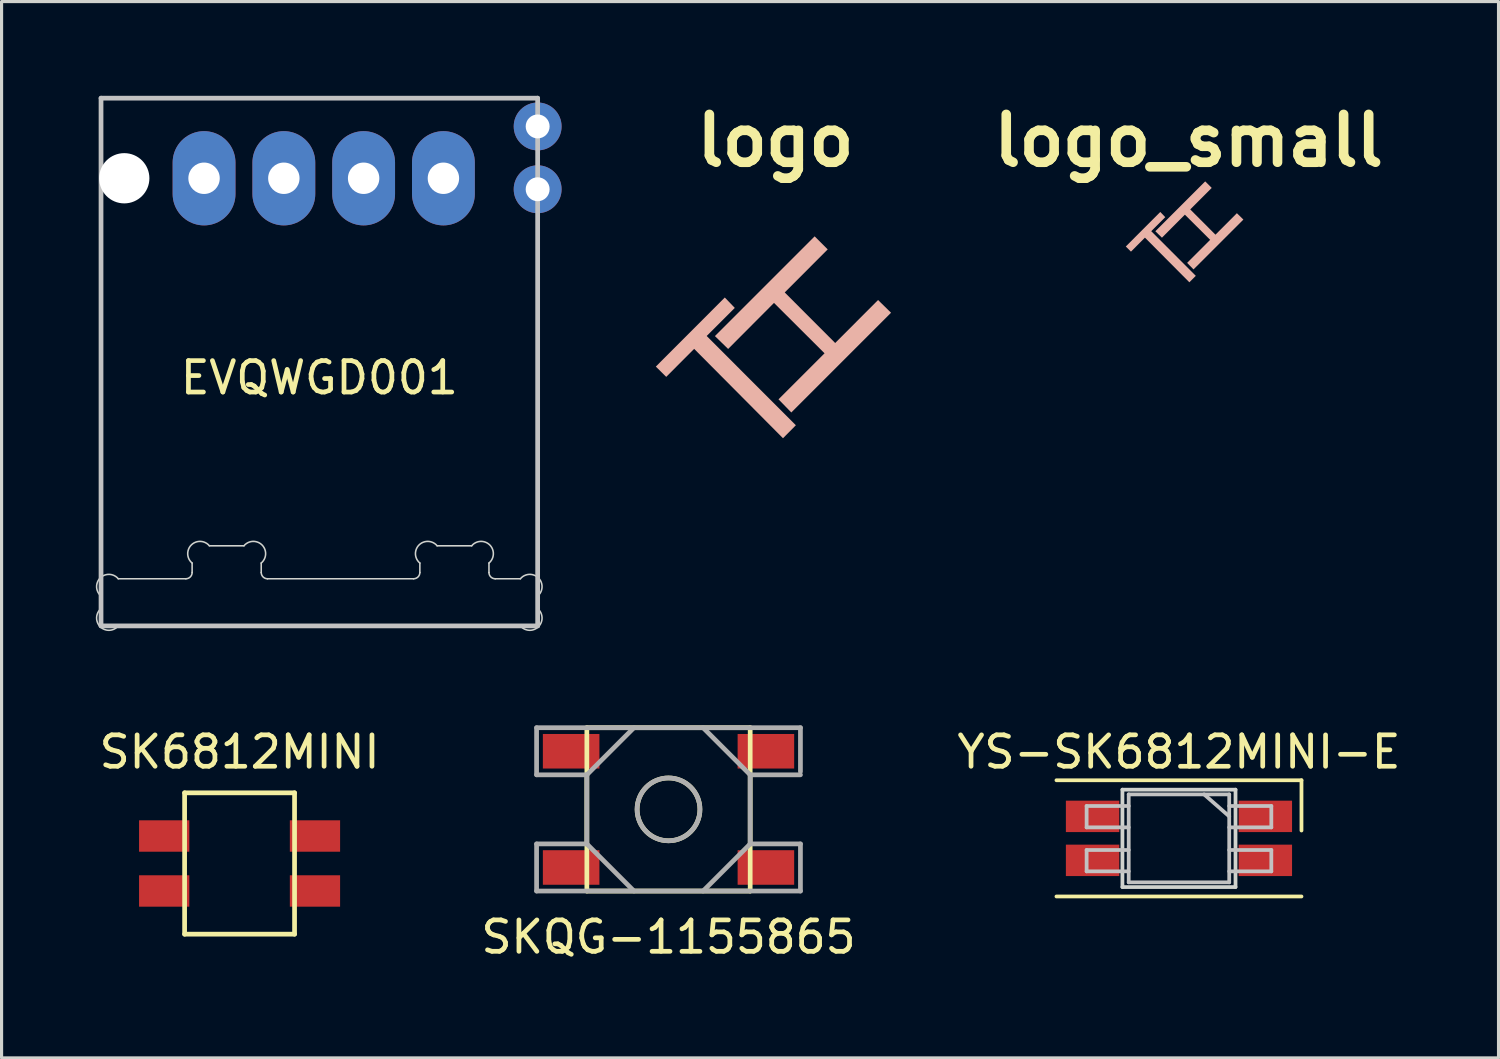
<source format=kicad_pcb>
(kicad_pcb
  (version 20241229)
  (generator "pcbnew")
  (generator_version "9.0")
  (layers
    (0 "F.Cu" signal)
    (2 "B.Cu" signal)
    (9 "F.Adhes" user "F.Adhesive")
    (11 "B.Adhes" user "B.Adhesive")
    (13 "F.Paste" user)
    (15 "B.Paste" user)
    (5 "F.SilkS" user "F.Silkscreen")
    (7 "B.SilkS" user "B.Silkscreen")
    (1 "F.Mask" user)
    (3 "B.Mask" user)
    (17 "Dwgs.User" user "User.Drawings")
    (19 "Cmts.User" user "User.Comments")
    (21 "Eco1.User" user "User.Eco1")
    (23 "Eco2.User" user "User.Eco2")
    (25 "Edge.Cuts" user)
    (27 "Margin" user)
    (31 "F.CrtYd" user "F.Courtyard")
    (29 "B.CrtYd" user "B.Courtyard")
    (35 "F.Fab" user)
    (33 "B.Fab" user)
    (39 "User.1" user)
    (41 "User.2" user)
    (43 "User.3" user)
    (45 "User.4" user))
  (footprint "logo"
    (layer "F.Cu")
    (at 21.638 4.474)
    (property "Reference" "logo" (at 0 -3.048 0) (layer "F.SilkS") (effects (font (size 1.524 1.524) (thickness 0.305))))
    (attr exclude_from_pos_files exclude_from_bom)
    (fp_poly (pts (xy -2.191 3.172) (xy -1.296 2.278) (xy -1.614 1.947) (xy -3.81 4.146) (xy -3.479 4.474) (xy -2.59 3.582) (xy 0.238 6.427) (xy 0.648 6.014) (xy -2.191 3.172)) (stroke (width 0) (type solid)) (fill yes) (layer "B.SilkS"))
    (fp_poly (pts (xy 0.503 5.607) (xy 3.678 2.432) (xy 3.265 2.027) (xy 1.9 3.395) (xy 0.294 1.786) (xy 1.662 0.415) (xy 1.246 0) (xy -1.929 3.175) (xy -1.508 3.585) (xy -0.048 2.119) (xy 1.561 3.723) (xy 0.095 5.188) (xy 0.503 5.607)) (stroke (width 0) (type solid)) (fill yes) (layer "B.SilkS")))
  (footprint "SKQG-1155865"
    (layer "F.Cu")
    (at 18.232 22.716)
    (property "Reference" "SKQG-1155865" (at 0 4.064 0) (layer "F.SilkS") (effects (font (size 1 1) (thickness 0.15))))
    (attr smd)
    (fp_line (start -2.6 -2.6) (end 2.6 -2.6) (stroke (width 0.15) (type solid)) (layer "F.SilkS"))
    (fp_line (start -2.6 2.6) (end -2.6 -2.6) (stroke (width 0.15) (type solid)) (layer "F.SilkS"))
    (fp_line (start 2.6 -2.6) (end 2.6 2.6) (stroke (width 0.15) (type solid)) (layer "F.SilkS"))
    (fp_line (start 2.6 2.6) (end -2.6 2.6) (stroke (width 0.15) (type solid)) (layer "F.SilkS"))
    (fp_circle (center 0 0) (end 1 0) (stroke (width 0.15) (type solid)) (fill no) (layer "F.SilkS"))
    (fp_line (start -4.2 -2.6) (end 4.2 -2.6) (stroke (width 0.15) (type solid)) (layer "F.Fab"))
    (fp_line (start -4.2 -1.1) (end -4.2 -2.6) (stroke (width 0.15) (type solid)) (layer "F.Fab"))
    (fp_line (start -4.2 1.1) (end -2.6 1.1) (stroke (width 0.15) (type solid)) (layer "F.Fab"))
    (fp_line (start -4.2 2.6) (end -4.2 1.1) (stroke (width 0.15) (type solid)) (layer "F.Fab"))
    (fp_line (start -2.6 -1.1) (end -4.2 -1.1) (stroke (width 0.15) (type solid)) (layer "F.Fab"))
    (fp_line (start -2.6 -1.1) (end -1.1 -2.6) (stroke (width 0.15) (type solid)) (layer "F.Fab"))
    (fp_line (start -2.6 1.1) (end -2.6 -1.1) (stroke (width 0.15) (type solid)) (layer "F.Fab"))
    (fp_line (start -2.6 1.1) (end -1.1 2.6) (stroke (width 0.15) (type solid)) (layer "F.Fab"))
    (fp_line (start 2.6 -1.1) (end 1.1 -2.6) (stroke (width 0.15) (type solid)) (layer "F.Fab"))
    (fp_line (start 2.6 -1.1) (end 2.6 1.1) (stroke (width 0.15) (type solid)) (layer "F.Fab"))
    (fp_line (start 2.6 1.1) (end 1.1 2.6) (stroke (width 0.15) (type solid)) (layer "F.Fab"))
    (fp_line (start 2.6 1.1) (end 4.2 1.1) (stroke (width 0.15) (type solid)) (layer "F.Fab"))
    (fp_line (start 4.2 -2.6) (end 4.2 -1.2) (stroke (width 0.15) (type solid)) (layer "F.Fab"))
    (fp_line (start 4.2 -1.1) (end 2.6 -1.1) (stroke (width 0.15) (type solid)) (layer "F.Fab"))
    (fp_line (start 4.2 1.1) (end 4.2 2.6) (stroke (width 0.15) (type solid)) (layer "F.Fab"))
    (fp_line (start 4.2 2.6) (end -4.2 2.6) (stroke (width 0.15) (type solid)) (layer "F.Fab"))
    (fp_circle (center 0 0) (end 1 0) (stroke (width 0.15) (type solid)) (fill no) (layer "F.Fab"))
    (pad "1" smd rect (at -3.1 1.85) (size 1.8 1.1) (layers "F.Cu" "F.Mask" "F.Paste"))
    (pad "1" smd rect (at 3.1 1.85) (size 1.8 1.1) (layers "F.Cu" "F.Mask" "F.Paste"))
    (pad "2" smd rect (at -3.1 -1.85) (size 1.8 1.1) (layers "F.Cu" "F.Mask" "F.Paste"))
    (pad "2" smd rect (at 3.1 -1.85) (size 1.8 1.1) (layers "F.Cu" "F.Mask" "F.Paste")))
  (footprint "logo_small"
    (layer "F.Cu")
    (at 34.789 4.474)
    (property "Reference" "logo_small" (at 0 -3.048 0) (layer "F.SilkS") (effects (font (size 1.524 1.524) (thickness 0.305))))
    (attr exclude_from_pos_files exclude_from_bom)
    (fp_poly (pts (xy -1.19 -0.164) (xy -0.743 -0.611) (xy -0.902 -0.776) (xy -2 0.323) (xy -1.835 0.487) (xy -1.39 0.041) (xy 0.024 1.463) (xy 0.229 1.257) (xy -1.19 -0.164)) (stroke (width 0) (type solid)) (fill yes) (layer "B.SilkS"))
    (fp_poly (pts (xy 0.156 1.053) (xy 1.744 -0.534) (xy 1.537 -0.737) (xy 0.855 -0.053) (xy 0.052 -0.857) (xy 0.736 -1.542) (xy 0.528 -1.75) (xy -1.059 -0.163) (xy -0.849 0.043) (xy -0.119 -0.69) (xy 0.686 0.111) (xy -0.047 0.844) (xy 0.156 1.053)) (stroke (width 0) (type solid)) (fill yes) (layer "B.SilkS")))
  (footprint "SK6812MINI"
    (layer "F.Cu")
    (at 4.577 24.439)
    (property "Reference" "SK6812MINI" (at 0 -3.55 0) (layer "F.SilkS") (effects (font (size 1 1) (thickness 0.15))))
    (attr through_hole)
    (fp_line (start -1.75 -2.25) (end 1.75 -2.25) (stroke (width 0.15) (type solid)) (layer "F.SilkS"))
    (fp_line (start -1.75 2.25) (end -1.75 -2.25) (stroke (width 0.15) (type solid)) (layer "F.SilkS"))
    (fp_line (start 1.75 -2.25) (end 1.75 2.25) (stroke (width 0.15) (type solid)) (layer "F.SilkS"))
    (fp_line (start 1.75 2.25) (end -1.75 2.25) (stroke (width 0.15) (type solid)) (layer "F.SilkS"))
    (pad "1" smd rect (at 2.4 -0.875) (size 1.6 1) (layers "F.Cu" "F.Mask" "F.Paste"))
    (pad "2" smd rect (at 2.4 0.875) (size 1.6 1) (layers "F.Cu" "F.Mask" "F.Paste"))
    (pad "3" smd rect (at -2.4 0.875) (size 1.6 1) (layers "F.Cu" "F.Mask" "F.Paste"))
    (pad "4" smd rect (at -2.4 -0.875) (size 1.6 1) (layers "F.Cu" "F.Mask" "F.Paste")))
  (footprint "EVQWGD001"
    (layer "F.Cu")
    (at 7.116 8.475)
    (property "Reference" "EVQWGD001" (at 0 0.5 0) (layer "F.SilkS") (effects (font (size 1 1) (thickness 0.15))))
    (attr through_hole)
    (fp_line (start -6.95 -8.4) (end -6.95 8.4) (stroke (width 0.15) (type solid)) (layer "Dwgs.User"))
    (fp_line (start -6.95 -8.4) (end 6.95 -8.4) (stroke (width 0.15) (type solid)) (layer "Dwgs.User"))
    (fp_line (start -6.95 8.4) (end 6.95 8.4) (stroke (width 0.15) (type solid)) (layer "Dwgs.User"))
    (fp_line (start 6.95 -8.4) (end 6.95 8.4) (stroke (width 0.15) (type solid)) (layer "Dwgs.User"))
    (fp_line (start -6.95 7.45) (end -6.95 7.85) (stroke (width 0.05) (type solid)) (layer "Edge.Cuts"))
    (fp_line (start -6.4 6.9) (end -4.25 6.9) (stroke (width 0.05) (type solid)) (layer "Edge.Cuts"))
    (fp_line (start -6.4 8.4) (end 6.4 8.4) (stroke (width 0.05) (type solid)) (layer "Edge.Cuts"))
    (fp_line (start -4.05 6.7) (end -4.05 6.4) (stroke (width 0.05) (type solid)) (layer "Edge.Cuts"))
    (fp_line (start -2.4 5.85) (end -3.5 5.85) (stroke (width 0.05) (type solid)) (layer "Edge.Cuts"))
    (fp_line (start -1.85 6.7) (end -1.85 6.4) (stroke (width 0.05) (type solid)) (layer "Edge.Cuts"))
    (fp_line (start -1.65 6.9) (end 3 6.9) (stroke (width 0.05) (type solid)) (layer "Edge.Cuts"))
    (fp_line (start 3.2 6.7) (end 3.2 6.4) (stroke (width 0.05) (type solid)) (layer "Edge.Cuts"))
    (fp_line (start 4.85 5.85) (end 3.75 5.85) (stroke (width 0.05) (type solid)) (layer "Edge.Cuts"))
    (fp_line (start 5.4 6.7) (end 5.4 6.4) (stroke (width 0.05) (type solid)) (layer "Edge.Cuts"))
    (fp_line (start 5.6 6.9) (end 6.4 6.9) (stroke (width 0.05) (type solid)) (layer "Edge.Cuts"))
    (fp_line (start 6.95 7.45) (end 6.95 7.85) (stroke (width 0.05) (type solid)) (layer "Edge.Cuts"))
    (fp_arc (start -6.94997 7.450024) (mid -6.976147 6.87388) (end -6.4 6.900001) (stroke (width 0.05) (type solid)) (layer "Edge.Cuts"))
    (fp_arc (start -6.4 8.4) (mid -6.976134 8.426134) (end -6.95 7.85) (stroke (width 0.05) (type solid)) (layer "Edge.Cuts"))
    (fp_arc (start -4.05 6.4) (mid -4.076134 5.823866) (end -3.5 5.85) (stroke (width 0.05) (type solid)) (layer "Edge.Cuts"))
    (fp_arc (start -4.05 6.7) (mid -4.108579 6.841421) (end -4.25 6.9) (stroke (width 0.05) (type solid)) (layer "Edge.Cuts"))
    (fp_arc (start -2.4 5.85) (mid -1.823866 5.823866) (end -1.85 6.4) (stroke (width 0.05) (type solid)) (layer "Edge.Cuts"))
    (fp_arc (start -1.65 6.9) (mid -1.791421 6.841421) (end -1.85 6.7) (stroke (width 0.05) (type solid)) (layer "Edge.Cuts"))
    (fp_arc (start 3.2 6.4) (mid 3.173866 5.823866) (end 3.75 5.85) (stroke (width 0.05) (type solid)) (layer "Edge.Cuts"))
    (fp_arc (start 3.2 6.7) (mid 3.141421 6.841421) (end 3 6.9) (stroke (width 0.05) (type solid)) (layer "Edge.Cuts"))
    (fp_arc (start 4.85 5.85) (mid 5.426134 5.823866) (end 5.4 6.4) (stroke (width 0.05) (type solid)) (layer "Edge.Cuts"))
    (fp_arc (start 5.6 6.9) (mid 5.458579 6.841421) (end 5.4 6.7) (stroke (width 0.05) (type solid)) (layer "Edge.Cuts"))
    (fp_arc (start 6.4 6.9) (mid 6.976134 6.873866) (end 6.95 7.45) (stroke (width 0.05) (type solid)) (layer "Edge.Cuts"))
    (fp_arc (start 6.95 7.85) (mid 6.976134 8.426134) (end 6.4 8.4) (stroke (width 0.05) (type solid)) (layer "Edge.Cuts"))
    (pad "" np_thru_hole circle (at -6.21 -5.85) (size 1.6 1.6) (drill 1.6) (layers "*.Cu"))
    (pad "A" thru_hole oval (at 3.95 -5.85) (size 2 3) (drill 1) (layers "*.Cu" "B.Mask"))
    (pad "B" thru_hole oval (at 1.41 -5.85) (size 2 3) (drill 1) (layers "*.Cu" "B.Mask"))
    (pad "C" thru_hole oval (at -1.13 -5.85) (size 2 3) (drill 1) (layers "*.Cu" "B.Mask"))
    (pad "NC" thru_hole oval (at -3.67 -5.85) (size 2 3) (drill 1) (layers "*.Cu" "B.Mask"))
    (pad "S1" thru_hole circle (at 6.95 -7.5) (size 1.524 1.524) (drill 0.762) (layers "*.Cu" "B.Mask"))
    (pad "S2" thru_hole oval (at 6.95 -5.5) (size 1.524 1.524) (drill 0.762) (layers "*.Cu" "B.Mask")))
  (footprint "YS-SK6812MINI-E"
    (layer "F.Cu")
    (at 34.482 23.639)
    (property "Reference" "YS-SK6812MINI-E" (at 0 -2.75 0) (layer "F.SilkS") (effects (font (size 1 1) (thickness 0.15))))
    (attr through_hole)
    (fp_line (start -3.9 1.85) (end 3.9 1.85) (stroke (width 0.12) (type solid)) (layer "F.SilkS"))
    (fp_line (start 3.9 -1.85) (end -3.9 -1.85) (stroke (width 0.12) (type solid)) (layer "F.SilkS"))
    (fp_line (start 3.9 -0.25) (end 3.9 -1.85) (stroke (width 0.12) (type solid)) (layer "F.SilkS"))
    (fp_line (start -2.94 -1.03) (end -2.94 -0.35) (stroke (width 0.12) (type solid)) (layer "Dwgs.User"))
    (fp_line (start -2.94 -0.35) (end -1.6 -0.35) (stroke (width 0.12) (type solid)) (layer "Dwgs.User"))
    (fp_line (start -2.94 0.37) (end -2.94 1.05) (stroke (width 0.12) (type solid)) (layer "Dwgs.User"))
    (fp_line (start -2.94 1.05) (end -1.6 1.05) (stroke (width 0.12) (type solid)) (layer "Dwgs.User"))
    (fp_line (start -1.6 -1.03) (end -2.94 -1.03) (stroke (width 0.12) (type solid)) (layer "Dwgs.User"))
    (fp_line (start -1.6 0.37) (end -2.94 0.37) (stroke (width 0.12) (type solid)) (layer "Dwgs.User"))
    (fp_line (start -1.6 1.4) (end -1.6 -1.4) (stroke (width 0.12) (type solid)) (layer "Dwgs.User"))
    (fp_line (start 1.6 -1.4) (end -1.6 -1.4) (stroke (width 0.12) (type solid)) (layer "Dwgs.User"))
    (fp_line (start 1.6 -0.7) (end 0.8 -1.4) (stroke (width 0.12) (type solid)) (layer "Dwgs.User"))
    (fp_line (start 1.6 -0.35) (end 2.94 -0.35) (stroke (width 0.12) (type solid)) (layer "Dwgs.User"))
    (fp_line (start 1.6 1.05) (end 2.94 1.05) (stroke (width 0.12) (type solid)) (layer "Dwgs.User"))
    (fp_line (start 1.6 1.4) (end -1.6 1.4) (stroke (width 0.12) (type solid)) (layer "Dwgs.User"))
    (fp_line (start 1.6 1.4) (end 1.6 -1.4) (stroke (width 0.12) (type solid)) (layer "Dwgs.User"))
    (fp_line (start 2.94 -1.03) (end 1.6 -1.03) (stroke (width 0.12) (type solid)) (layer "Dwgs.User"))
    (fp_line (start 2.94 -0.35) (end 2.94 -1.03) (stroke (width 0.12) (type solid)) (layer "Dwgs.User"))
    (fp_line (start 2.94 0.37) (end 1.6 0.37) (stroke (width 0.12) (type solid)) (layer "Dwgs.User"))
    (fp_line (start 2.94 1.05) (end 2.94 0.37) (stroke (width 0.12) (type solid)) (layer "Dwgs.User"))
    (fp_line (start -1.8 -1.55) (end -1.8 1.55) (stroke (width 0.12) (type solid)) (layer "Edge.Cuts"))
    (fp_line (start -1.8 1.55) (end 1.8 1.55) (stroke (width 0.12) (type solid)) (layer "Edge.Cuts"))
    (fp_line (start 1.8 -1.55) (end -1.8 -1.55) (stroke (width 0.12) (type solid)) (layer "Edge.Cuts"))
    (fp_line (start 1.8 1.55) (end 1.8 -1.55) (stroke (width 0.12) (type solid)) (layer "Edge.Cuts"))
    (pad "1" smd rect (at -2.75 -0.7 180) (size 1.7 1) (layers "F.Cu" "F.Mask" "F.Paste"))
    (pad "2" smd rect (at 2.75 -0.7 180) (size 1.7 1) (layers "F.Cu" "F.Mask" "F.Paste"))
    (pad "3" smd rect (at 2.75 0.7 180) (size 1.7 1) (layers "F.Cu" "F.Mask" "F.Paste"))
    (pad "4" smd rect (at -2.75 0.7 180) (size 1.7 1) (layers "F.Cu" "F.Mask" "F.Paste")))
  (gr_rect
    (start -3 -3)
    (end 44.655 30.628)
    (stroke (width 0.1) (type default))
    (fill no)
    (layer "Edge.Cuts")))
</source>
